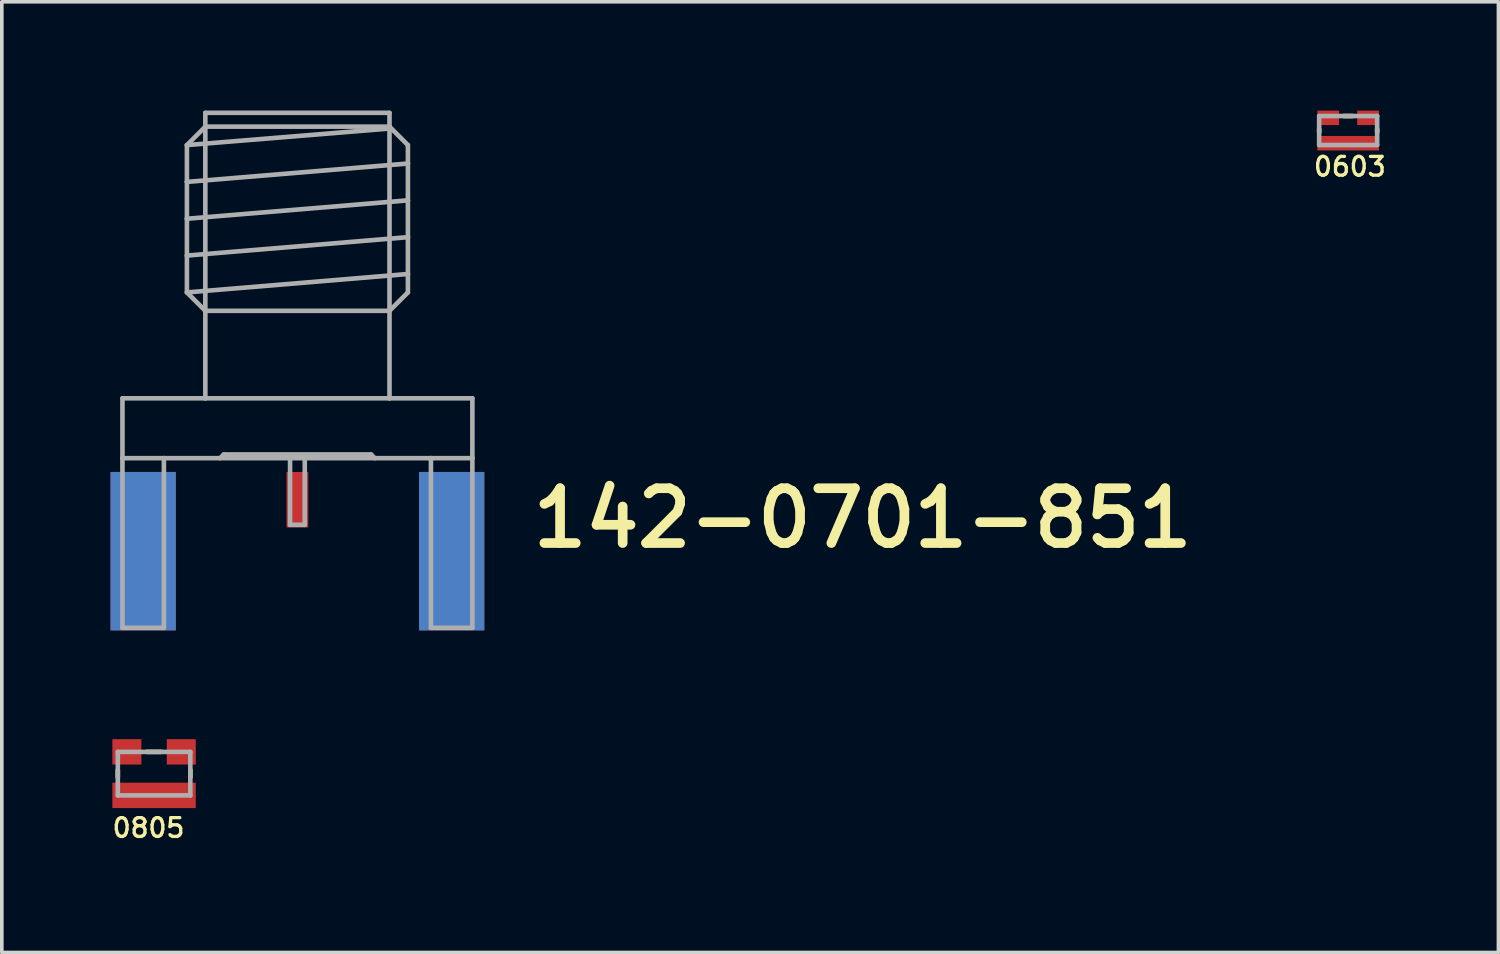
<source format=kicad_pcb>
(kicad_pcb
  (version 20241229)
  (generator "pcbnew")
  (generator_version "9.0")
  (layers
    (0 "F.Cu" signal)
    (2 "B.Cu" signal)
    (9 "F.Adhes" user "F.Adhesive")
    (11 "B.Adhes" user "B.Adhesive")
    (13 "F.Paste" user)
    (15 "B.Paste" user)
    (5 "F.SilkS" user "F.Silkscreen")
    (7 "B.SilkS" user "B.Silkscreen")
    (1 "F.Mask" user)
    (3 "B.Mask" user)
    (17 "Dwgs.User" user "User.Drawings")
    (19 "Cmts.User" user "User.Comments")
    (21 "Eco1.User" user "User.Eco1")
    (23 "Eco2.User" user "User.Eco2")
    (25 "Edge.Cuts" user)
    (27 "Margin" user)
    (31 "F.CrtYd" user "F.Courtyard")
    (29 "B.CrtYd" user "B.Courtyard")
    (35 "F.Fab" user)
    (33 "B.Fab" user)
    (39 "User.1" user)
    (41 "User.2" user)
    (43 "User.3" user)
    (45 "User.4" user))
  (footprint "0805"
    (layer "F.Cu")
    (at 1.2 18.29)
    (property "Reference" "0805" (at -1.2 1.8 0) (unlocked yes) (layer "F.SilkS") (effects (font (size 0.518 0.518) (thickness 0.091)) (justify left bottom)))
    (fp_line (start -1 -0.1) (end -1 0.1) (stroke (width 0.127) (type solid)) (layer "F.SilkS"))
    (fp_line (start -0.2 -0.6) (end 0.2 -0.6) (stroke (width 0.127) (type solid)) (layer "F.SilkS"))
    (fp_line (start 1 -0.1) (end 1 0.1) (stroke (width 0.127) (type solid)) (layer "F.SilkS"))
    (fp_poly (pts (xy -1.1 -0.3) (xy -0.4 -0.3) (xy -0.4 -0.8) (xy -1.1 -0.8)) (stroke (width 0) (type default)) (fill yes) (layer "F.Paste"))
    (fp_poly (pts (xy -0.4 0.3) (xy -1.1 0.3) (xy -1.1 0.8) (xy -0.4 0.8)) (stroke (width 0) (type default)) (fill yes) (layer "F.Paste"))
    (fp_poly (pts (xy -0.3 0.8) (xy 0.3 0.8) (xy 0.3 0.3) (xy -0.3 0.3)) (stroke (width 0) (type default)) (fill yes) (layer "F.Paste"))
    (fp_poly (pts (xy 0.4 -0.3) (xy 1.1 -0.3) (xy 1.1 -0.8) (xy 0.4 -0.8)) (stroke (width 0) (type default)) (fill yes) (layer "F.Paste"))
    (fp_poly (pts (xy 1.1 0.3) (xy 0.4 0.3) (xy 0.4 0.8) (xy 1.1 0.8)) (stroke (width 0) (type default)) (fill yes) (layer "F.Paste"))
    (fp_line (start -1 -0.6) (end -1 0.6) (stroke (width 0.127) (type solid)) (layer "F.Fab"))
    (fp_line (start -1 0.6) (end 1 0.6) (stroke (width 0.127) (type solid)) (layer "F.Fab"))
    (fp_line (start 1 -0.6) (end -1 -0.6) (stroke (width 0.127) (type solid)) (layer "F.Fab"))
    (fp_line (start 1 0.6) (end 1 -0.6) (stroke (width 0.127) (type solid)) (layer "F.Fab"))
    (pad "1" smd rect (at -0.75 -0.6) (size 0.8 0.7) (layers "F.Cu" "F.Mask"))
    (pad "2" smd rect (at 0.75 -0.6 180) (size 0.8 0.7) (layers "F.Cu" "F.Mask"))
    (pad "3" smd rect (at 0 0.6) (size 2.3 0.7) (layers "F.Cu" "F.Mask")))
  (footprint "142-0701-851"
    (layer "F.Cu")
    (at 5.154 9.588)
    (property "Reference" "142-0701-851" (at 6.35 2.54 0) (unlocked yes) (layer "F.SilkS") (effects (font (size 1.511 1.511) (thickness 0.267)) (justify left bottom)))
    (fp_line (start -4.826 -1.651) (end -2.54 -1.651) (stroke (width 0.127) (type solid)) (layer "F.Fab"))
    (fp_line (start -4.826 0) (end -4.826 -1.651) (stroke (width 0.127) (type solid)) (layer "F.Fab"))
    (fp_line (start -4.826 0) (end -4.826 4.68) (stroke (width 0.127) (type solid)) (layer "F.Fab"))
    (fp_line (start -4.826 4.68) (end -3.683 4.68) (stroke (width 0.127) (type solid)) (layer "F.Fab"))
    (fp_line (start -3.683 0) (end -4.826 0) (stroke (width 0.127) (type solid)) (layer "F.Fab"))
    (fp_line (start -3.683 4.68) (end -3.683 0) (stroke (width 0.127) (type solid)) (layer "F.Fab"))
    (fp_line (start -3.048 -8.636) (end -3.048 -7.62) (stroke (width 0.127) (type solid)) (layer "F.Fab"))
    (fp_line (start -3.048 -8.636) (end 2.54 -9.093) (stroke (width 0.127) (type solid)) (layer "F.Fab"))
    (fp_line (start -3.048 -7.62) (end -3.048 -6.604) (stroke (width 0.127) (type solid)) (layer "F.Fab"))
    (fp_line (start -3.048 -7.62) (end 3.048 -8.128) (stroke (width 0.127) (type solid)) (layer "F.Fab"))
    (fp_line (start -3.048 -6.604) (end -3.048 -5.588) (stroke (width 0.127) (type solid)) (layer "F.Fab"))
    (fp_line (start -3.048 -6.604) (end 3.048 -7.112) (stroke (width 0.127) (type solid)) (layer "F.Fab"))
    (fp_line (start -3.048 -5.588) (end -3.048 -4.572) (stroke (width 0.127) (type solid)) (layer "F.Fab"))
    (fp_line (start -3.048 -5.588) (end 3.048 -6.096) (stroke (width 0.127) (type solid)) (layer "F.Fab"))
    (fp_line (start -3.048 -4.572) (end -2.54 -4.064) (stroke (width 0.127) (type solid)) (layer "F.Fab"))
    (fp_line (start -3.048 -4.572) (end 3.048 -5.08) (stroke (width 0.127) (type solid)) (layer "F.Fab"))
    (fp_line (start -2.54 -9.525) (end -2.54 -9.144) (stroke (width 0.127) (type solid)) (layer "F.Fab"))
    (fp_line (start -2.54 -9.144) (end -3.048 -8.636) (stroke (width 0.127) (type solid)) (layer "F.Fab"))
    (fp_line (start -2.54 -9.144) (end -2.54 -4.064) (stroke (width 0.127) (type solid)) (layer "F.Fab"))
    (fp_line (start -2.54 -9.144) (end 2.54 -9.144) (stroke (width 0.127) (type solid)) (layer "F.Fab"))
    (fp_line (start -2.54 -4.064) (end -2.54 -1.651) (stroke (width 0.127) (type solid)) (layer "F.Fab"))
    (fp_line (start -2.54 -4.064) (end 2.54 -4.064) (stroke (width 0.127) (type solid)) (layer "F.Fab"))
    (fp_line (start -2.54 -1.651) (end 2.54 -1.651) (stroke (width 0.127) (type solid)) (layer "F.Fab"))
    (fp_line (start -2.134 0) (end -2.032 -0.102) (stroke (width 0.127) (type solid)) (layer "F.Fab"))
    (fp_line (start -2.032 -0.102) (end 2.032 -0.102) (stroke (width 0.127) (type solid)) (layer "F.Fab"))
    (fp_line (start -0.203 0) (end -0.203 1.84) (stroke (width 0.127) (type solid)) (layer "F.Fab"))
    (fp_line (start -0.203 1.84) (end 0.203 1.84) (stroke (width 0.127) (type solid)) (layer "F.Fab"))
    (fp_line (start 0.203 1.84) (end 0.203 0) (stroke (width 0.127) (type solid)) (layer "F.Fab"))
    (fp_line (start 2.032 -0.102) (end 2.134 0) (stroke (width 0.127) (type solid)) (layer "F.Fab"))
    (fp_line (start 2.54 -9.525) (end -2.54 -9.525) (stroke (width 0.127) (type solid)) (layer "F.Fab"))
    (fp_line (start 2.54 -9.144) (end 2.54 -9.525) (stroke (width 0.127) (type solid)) (layer "F.Fab"))
    (fp_line (start 2.54 -9.093) (end 2.54 -9.144) (stroke (width 0.127) (type solid)) (layer "F.Fab"))
    (fp_line (start 2.54 -4.064) (end 2.54 -9.093) (stroke (width 0.127) (type solid)) (layer "F.Fab"))
    (fp_line (start 2.54 -4.064) (end 3.048 -4.572) (stroke (width 0.127) (type solid)) (layer "F.Fab"))
    (fp_line (start 2.54 -1.651) (end 2.54 -4.064) (stroke (width 0.127) (type solid)) (layer "F.Fab"))
    (fp_line (start 2.54 -1.651) (end 4.826 -1.651) (stroke (width 0.127) (type solid)) (layer "F.Fab"))
    (fp_line (start 3.048 -8.636) (end 2.54 -9.144) (stroke (width 0.127) (type solid)) (layer "F.Fab"))
    (fp_line (start 3.048 -8.128) (end 3.048 -8.636) (stroke (width 0.127) (type solid)) (layer "F.Fab"))
    (fp_line (start 3.048 -7.112) (end 3.048 -8.128) (stroke (width 0.127) (type solid)) (layer "F.Fab"))
    (fp_line (start 3.048 -6.096) (end 3.048 -7.112) (stroke (width 0.127) (type solid)) (layer "F.Fab"))
    (fp_line (start 3.048 -5.08) (end 3.048 -6.096) (stroke (width 0.127) (type solid)) (layer "F.Fab"))
    (fp_line (start 3.048 -4.572) (end 3.048 -5.08) (stroke (width 0.127) (type solid)) (layer "F.Fab"))
    (fp_line (start 3.683 0) (end -3.683 0) (stroke (width 0.127) (type solid)) (layer "F.Fab"))
    (fp_line (start 3.683 4.68) (end 3.683 0) (stroke (width 0.127) (type solid)) (layer "F.Fab"))
    (fp_line (start 4.826 -1.651) (end 4.826 0) (stroke (width 0.127) (type solid)) (layer "F.Fab"))
    (fp_line (start 4.826 0) (end 3.683 0) (stroke (width 0.127) (type solid)) (layer "F.Fab"))
    (fp_line (start 4.826 0) (end 4.826 4.68) (stroke (width 0.127) (type solid)) (layer "F.Fab"))
    (fp_line (start 4.826 4.68) (end 3.683 4.68) (stroke (width 0.127) (type solid)) (layer "F.Fab"))
    (pad "GND1" smd rect (at -4.255 2.566) (size 1.8 4.37) (layers "F.Cu" "F.Mask"))
    (pad "GND2" smd rect (at 4.255 2.566) (size 1.8 4.37) (layers "F.Cu" "F.Mask"))
    (pad "GND3" smd rect (at -4.255 2.566) (size 1.8 4.37) (layers "B.Cu" "B.Mask"))
    (pad "GND4" smd rect (at 4.255 2.566) (size 1.8 4.37) (layers "B.Cu" "B.Mask"))
    (pad "RF1" smd rect (at 0 1.146) (size 0.6 1.53) (layers "F.Cu" "F.Mask")))
  (footprint "0603"
    (layer "F.Cu")
    (at 34.138 0.55)
    (property "Reference" "0603" (at -1 1.3 0) (unlocked yes) (layer "F.SilkS") (effects (font (size 0.518 0.518) (thickness 0.091)) (justify left bottom)))
    (fp_line (start -0.8 -0.04) (end -0.8 0.04) (stroke (width 0.127) (type solid)) (layer "F.SilkS"))
    (fp_line (start -0.12 -0.4) (end 0.12 -0.4) (stroke (width 0.127) (type solid)) (layer "F.SilkS"))
    (fp_line (start 0.8 -0.04) (end 0.8 0.04) (stroke (width 0.127) (type solid)) (layer "F.SilkS"))
    (fp_poly (pts (xy -0.8 -0.2) (xy -0.3 -0.2) (xy -0.3 -0.5) (xy -0.8 -0.5)) (stroke (width 0) (type default)) (fill yes) (layer "F.Paste"))
    (fp_poly (pts (xy -0.8 0.5) (xy -0.4 0.5) (xy -0.4 0.2) (xy -0.8 0.2)) (stroke (width 0) (type default)) (fill yes) (layer "F.Paste"))
    (fp_poly (pts (xy -0.3 0.5) (xy 0.3 0.5) (xy 0.3 0.2) (xy -0.3 0.2)) (stroke (width 0) (type default)) (fill yes) (layer "F.Paste"))
    (fp_poly (pts (xy 0.3 -0.2) (xy 0.8 -0.2) (xy 0.8 -0.5) (xy 0.3 -0.5)) (stroke (width 0) (type default)) (fill yes) (layer "F.Paste"))
    (fp_poly (pts (xy 0.4 0.5) (xy 0.8 0.5) (xy 0.8 0.2) (xy 0.4 0.2)) (stroke (width 0) (type default)) (fill yes) (layer "F.Paste"))
    (fp_line (start -0.8 -0.4) (end -0.8 0.4) (stroke (width 0.127) (type solid)) (layer "F.Fab"))
    (fp_line (start -0.8 0.4) (end 0.8 0.4) (stroke (width 0.127) (type solid)) (layer "F.Fab"))
    (fp_line (start 0.8 -0.4) (end -0.8 -0.4) (stroke (width 0.127) (type solid)) (layer "F.Fab"))
    (fp_line (start 0.8 0.4) (end 0.8 -0.4) (stroke (width 0.127) (type solid)) (layer "F.Fab"))
    (pad "1" smd rect (at -0.55 -0.35) (size 0.6 0.4) (layers "F.Cu" "F.Mask"))
    (pad "2" smd rect (at 0.55 -0.35 180) (size 0.6 0.4) (layers "F.Cu" "F.Mask"))
    (pad "3" smd rect (at 0 0.35) (size 1.7 0.4) (layers "F.Cu" "F.Mask")))
  (gr_rect
    (start -3 -3)
    (end 38.283 23.224)
    (stroke (width 0.1) (type default))
    (fill no)
    (layer "Edge.Cuts")))
</source>
